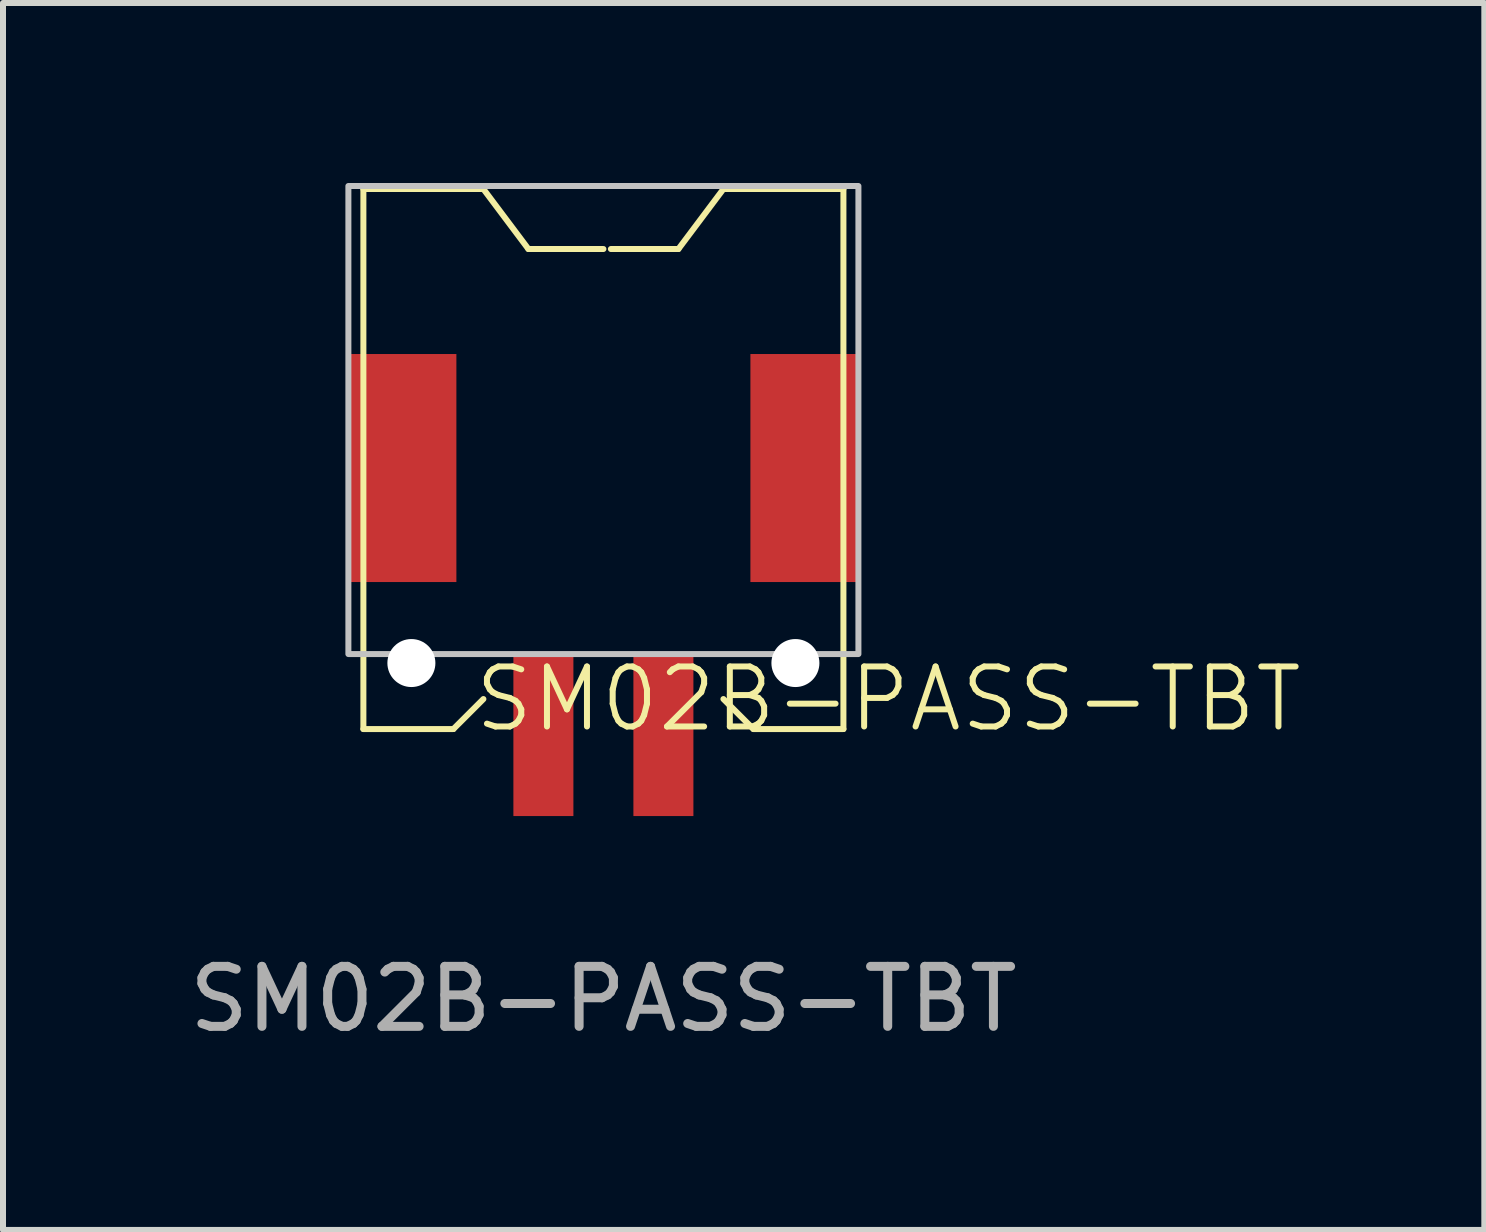
<source format=kicad_pcb>
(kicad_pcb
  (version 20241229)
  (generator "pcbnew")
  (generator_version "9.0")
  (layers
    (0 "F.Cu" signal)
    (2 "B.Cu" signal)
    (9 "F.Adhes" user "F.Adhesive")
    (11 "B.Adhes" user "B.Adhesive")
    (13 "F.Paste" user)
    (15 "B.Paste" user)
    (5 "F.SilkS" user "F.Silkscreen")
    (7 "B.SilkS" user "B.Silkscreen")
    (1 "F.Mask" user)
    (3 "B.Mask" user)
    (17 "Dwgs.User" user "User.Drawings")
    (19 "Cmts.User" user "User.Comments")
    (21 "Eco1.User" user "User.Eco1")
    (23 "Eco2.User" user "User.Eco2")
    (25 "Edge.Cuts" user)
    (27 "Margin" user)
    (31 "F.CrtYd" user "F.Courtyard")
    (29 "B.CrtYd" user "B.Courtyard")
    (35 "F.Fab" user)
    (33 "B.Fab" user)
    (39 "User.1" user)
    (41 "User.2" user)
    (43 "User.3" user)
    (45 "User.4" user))
  (footprint "SM02B-PASS-TBT"
    (layer "F.Cu")
    (at 7.006 7.85)
    (property "Reference" "SM02B-PASS-TBT" (at 4.75 0.75 0) (unlocked yes) (layer "F.SilkS") (effects (font (size 1 1) (thickness 0.1))))
    (attr smd)
    (fp_line (start -4 -7.75) (end -2 -7.75) (stroke (width 0.1) (type default)) (layer "F.SilkS"))
    (fp_line (start -4 1.25) (end -4 -7.75) (stroke (width 0.1) (type default)) (layer "F.SilkS"))
    (fp_line (start -4 1.25) (end -2.5 1.25) (stroke (width 0.1) (type default)) (layer "F.SilkS"))
    (fp_line (start -2.5 1.25) (end -2 0.75) (stroke (width 0.1) (type default)) (layer "F.SilkS"))
    (fp_line (start -2 -7.75) (end -1.25 -6.75) (stroke (width 0.1) (type default)) (layer "F.SilkS"))
    (fp_line (start -1.25 -6.75) (end 0 -6.75) (stroke (width 0.1) (type default)) (layer "F.SilkS"))
    (fp_line (start 0.125 -6.75) (end 1.25 -6.75) (stroke (width 0.1) (type default)) (layer "F.SilkS"))
    (fp_line (start 1.25 -6.75) (end 2 -7.75) (stroke (width 0.1) (type default)) (layer "F.SilkS"))
    (fp_line (start 2 -7.75) (end 4 -7.75) (stroke (width 0.1) (type default)) (layer "F.SilkS"))
    (fp_line (start 2.5 1.25) (end 2 0.75) (stroke (width 0.1) (type default)) (layer "F.SilkS"))
    (fp_line (start 4 -7.75) (end 4 1.25) (stroke (width 0.1) (type default)) (layer "F.SilkS"))
    (fp_line (start 4 1.25) (end 2.5 1.25) (stroke (width 0.1) (type default)) (layer "F.SilkS"))
    (fp_rect (start -4.25 -7.8) (end 4.25 0) (stroke (width 0.1) (type default)) (fill no) (layer "Dwgs.User"))
    (fp_text user "${REFERENCE}" (at 0 5.75 0) (unlocked yes) (layer "F.Fab") (effects (font (size 1 1) (thickness 0.15))))
    (pad "" np_thru_hole circle (at -3.2 0.15) (size 0.8 0.8) (drill oval 1.9 0.9) (layers "*.Cu" "*.Mask"))
    (pad "" np_thru_hole circle (at 3.2 0.15) (size 0.8 0.8) (drill 0.9) (layers "*.Cu" "*.Mask"))
    (pad "1" smd rect (at -1 1.35) (size 1 2.7) (layers "F.Cu" "F.Mask" "F.Paste"))
    (pad "2" smd rect (at 1 1.35) (size 1 2.7) (layers "F.Cu" "F.Mask" "F.Paste"))
    (pad "MP" smd rect (at -3.35 -3.1) (size 1.8 3.8) (layers "F.Cu" "F.Mask" "F.Paste"))
    (pad "MP" smd rect (at 3.35 -3.1) (size 1.8 3.8) (layers "F.Cu" "F.Mask" "F.Paste")))
  (gr_rect
    (start -3 -3)
    (end 21.687 17.448)
    (stroke (width 0.1) (type default))
    (fill no)
    (layer "Edge.Cuts")))
</source>
